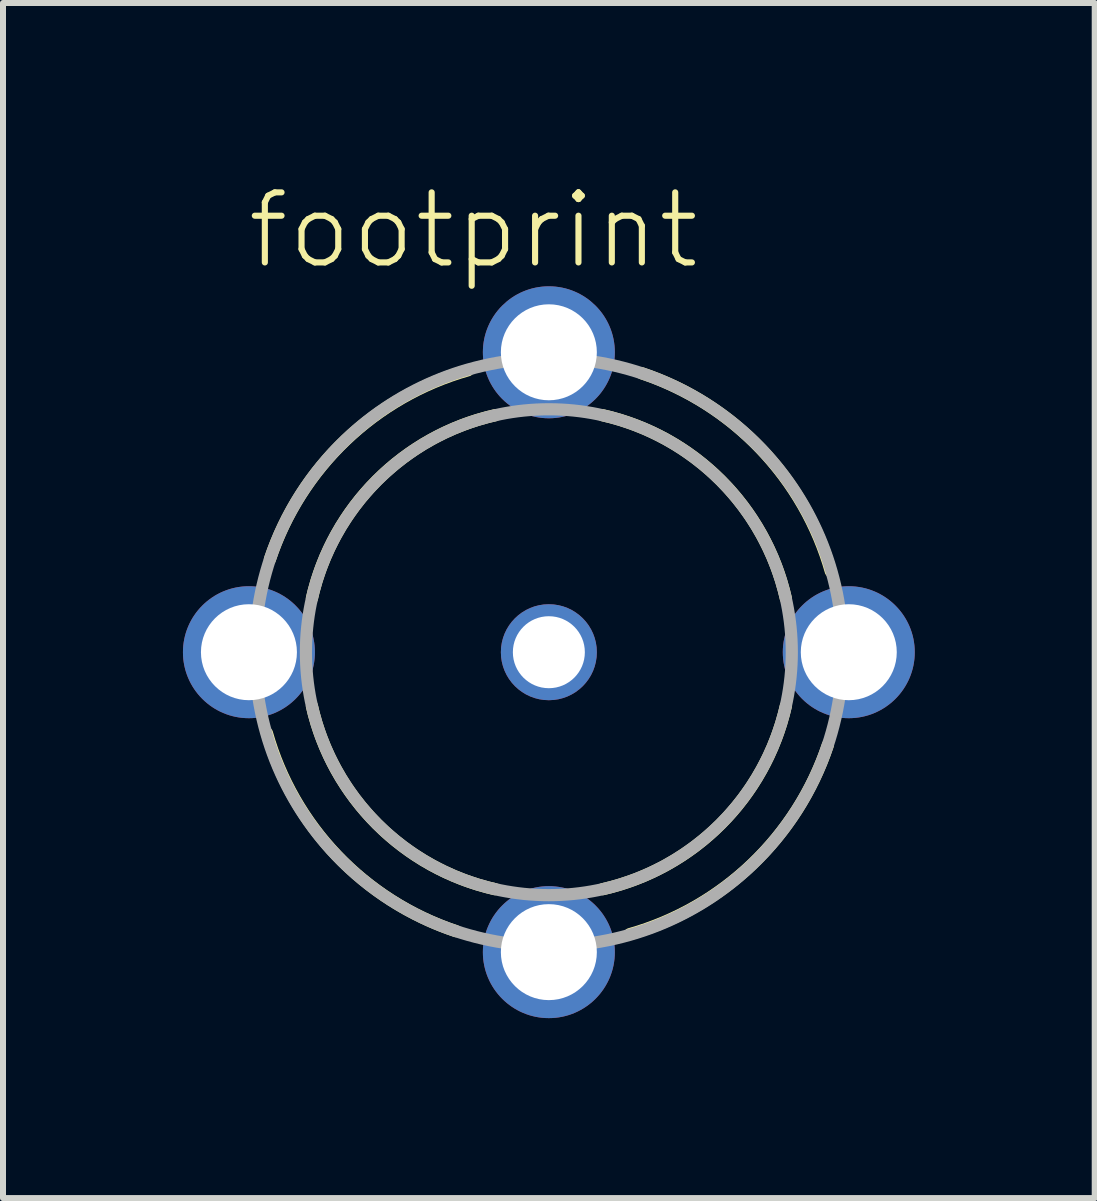
<source format=kicad_pcb>
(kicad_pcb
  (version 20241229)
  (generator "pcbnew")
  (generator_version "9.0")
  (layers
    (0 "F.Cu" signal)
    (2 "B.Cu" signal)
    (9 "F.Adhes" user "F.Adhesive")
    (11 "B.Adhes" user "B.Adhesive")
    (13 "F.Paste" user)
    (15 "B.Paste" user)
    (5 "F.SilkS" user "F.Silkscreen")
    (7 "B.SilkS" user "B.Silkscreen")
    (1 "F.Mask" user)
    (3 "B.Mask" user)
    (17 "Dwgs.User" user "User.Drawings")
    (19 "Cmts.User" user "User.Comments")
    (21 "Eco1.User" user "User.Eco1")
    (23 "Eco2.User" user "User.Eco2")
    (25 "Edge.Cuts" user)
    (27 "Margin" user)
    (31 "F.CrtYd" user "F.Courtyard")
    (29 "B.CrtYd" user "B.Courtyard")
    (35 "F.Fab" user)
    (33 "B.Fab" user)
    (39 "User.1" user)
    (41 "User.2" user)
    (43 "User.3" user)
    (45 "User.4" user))
  (footprint "footprint"
    (layer "F.Cu")
    (at 6.1 7.823)
    (property "Reference" "footprint" (at -5.08 -6.35 0) (layer "F.SilkS") (effects (font (size 1.168 1.168) (thickness 0.102)) (justify left bottom)))
    (fp_arc (start -4.65 -1.55) (mid -3.39027 -3.533854) (end -1.35 -4.7) (stroke (width 0.2032) (type solid)) (layer "F.SilkS"))
    (fp_arc (start -3.95 -0.9) (mid -2.864655 -2.864655) (end -0.9 -3.95) (stroke (width 0.2032) (type solid)) (layer "F.SilkS"))
    (fp_arc (start -1.55 4.65) (mid -3.533854 3.39027) (end -4.7 1.35) (stroke (width 0.2032) (type solid)) (layer "F.SilkS"))
    (fp_arc (start -0.9 3.95) (mid -2.864655 2.864655) (end -3.95 0.9) (stroke (width 0.2032) (type solid)) (layer "F.SilkS"))
    (fp_arc (start 0.9 -3.95) (mid 2.864655 -2.864655) (end 3.95 -0.9) (stroke (width 0.2032) (type solid)) (layer "F.SilkS"))
    (fp_arc (start 1.55 -4.65) (mid 3.533854 -3.39027) (end 4.7 -1.35) (stroke (width 0.2032) (type solid)) (layer "F.SilkS"))
    (fp_arc (start 3.95 0.9) (mid 2.864655 2.864655) (end 0.9 3.95) (stroke (width 0.2032) (type solid)) (layer "F.SilkS"))
    (fp_arc (start 4.65 1.55) (mid 3.39027 3.533854) (end 1.35 4.7) (stroke (width 0.2032) (type solid)) (layer "F.SilkS"))
    (fp_circle (center 0 0) (end 4.05 0) (stroke (width 0.203) (type solid)) (fill no) (layer "F.Fab"))
    (fp_circle (center 0 0) (end 4.9 0) (stroke (width 0.203) (type solid)) (fill no) (layer "F.Fab"))
    (pad "S" thru_hole circle (at -5 0) (size 2.2 2.2) (drill 1.6) (layers "*.Cu" "*.Mask"))
    (pad "S@1" thru_hole circle (at 0 -5) (size 2.2 2.2) (drill 1.6) (layers "*.Cu" "*.Mask"))
    (pad "S@2" thru_hole circle (at 5 0) (size 2.2 2.2) (drill 1.6) (layers "*.Cu" "*.Mask"))
    (pad "S@3" thru_hole circle (at 0 5) (size 2.2 2.2) (drill 1.6) (layers "*.Cu" "*.Mask"))
    (pad "T" thru_hole circle (at 0 0) (size 1.6 1.6) (drill 1.2) (layers "*.Cu" "*.Mask")))
  (gr_rect
    (start -3 -3)
    (end 15.2 16.923)
    (stroke (width 0.1) (type default))
    (fill no)
    (layer "Edge.Cuts")))
</source>
